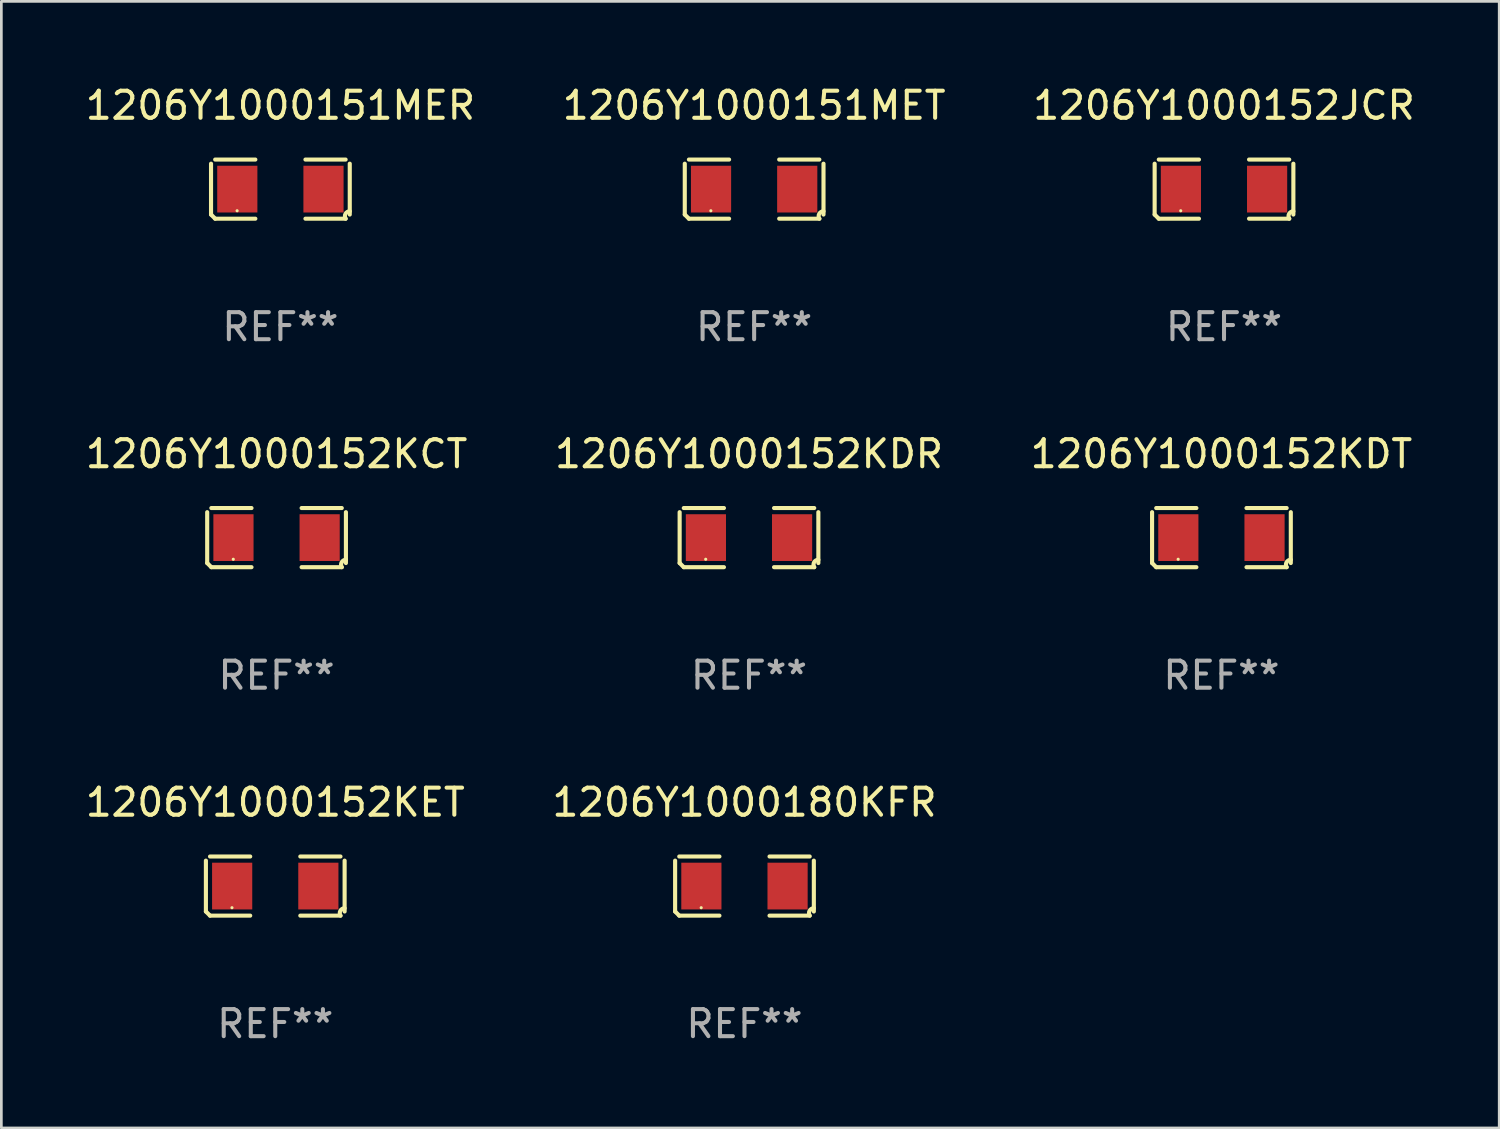
<source format=kicad_pcb>
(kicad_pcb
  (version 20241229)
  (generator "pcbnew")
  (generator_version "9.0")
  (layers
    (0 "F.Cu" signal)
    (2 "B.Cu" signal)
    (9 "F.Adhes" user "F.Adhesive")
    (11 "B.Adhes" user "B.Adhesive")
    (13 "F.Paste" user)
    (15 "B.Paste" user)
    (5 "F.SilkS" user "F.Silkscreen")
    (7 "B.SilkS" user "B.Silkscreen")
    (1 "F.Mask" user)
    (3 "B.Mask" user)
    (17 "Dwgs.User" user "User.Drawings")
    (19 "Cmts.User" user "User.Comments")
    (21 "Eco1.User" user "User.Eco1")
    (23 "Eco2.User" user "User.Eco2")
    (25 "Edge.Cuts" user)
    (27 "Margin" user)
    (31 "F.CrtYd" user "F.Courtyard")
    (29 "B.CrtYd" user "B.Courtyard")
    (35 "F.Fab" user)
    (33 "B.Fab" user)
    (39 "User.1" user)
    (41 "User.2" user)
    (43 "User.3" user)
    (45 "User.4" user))
  (footprint "1206Y1000152KET"
    (layer "F.Cu")
    (at 7.125 29.704)
    (property "Reference" "1206Y1000152KET" (at 0 -3.093 0) (layer "F.SilkS") (effects (font (size 1 1) (thickness 0.15))))
    (attr through_hole)
    (fp_line (start -2.564 0.94) (end -2.564 -0.94) (stroke (width 0.152) (type solid)) (layer "F.SilkS"))
    (fp_line (start -2.411 -1.093) (end -0.926 -1.093) (stroke (width 0.152) (type solid)) (layer "F.SilkS"))
    (fp_line (start -0.926 1.093) (end -2.411 1.093) (stroke (width 0.152) (type solid)) (layer "F.SilkS"))
    (fp_line (start 0.926 1.093) (end 2.411 1.093) (stroke (width 0.152) (type solid)) (layer "F.SilkS"))
    (fp_line (start 2.411 -1.093) (end 0.926 -1.093) (stroke (width 0.152) (type solid)) (layer "F.SilkS"))
    (fp_line (start 2.564 0.94) (end 2.564 -0.94) (stroke (width 0.152) (type solid)) (layer "F.SilkS"))
    (fp_arc (start -2.411201 1.092609) (mid -2.487413 1.01642) (end -2.563602 0.940208) (stroke (width 0.1524) (type solid)) (layer "F.SilkS"))
    (fp_arc (start 2.411201 1.092609) (mid 2.407159 0.911226) (end 2.563602 0.819347) (stroke (width 0.1524) (type solid)) (layer "F.SilkS"))
    (fp_circle (center -1.6 0.8) (end -1.57 0.8) (stroke (width 0.06) (type solid)) (fill no) (layer "F.SilkS"))
    (fp_text user "REF**" (at 0 5.093 0) (layer "F.Fab") (effects (font (size 1 1) (thickness 0.15))))
    (pad "1" smd rect (at -1.593 0) (size 1.485 1.728) (layers "F.Cu" "F.Mask" "F.Paste"))
    (pad "2" smd rect (at 1.593 0) (size 1.485 1.728) (layers "F.Cu" "F.Mask" "F.Paste")))
  (footprint "1206Y1000152KCT"
    (layer "F.Cu")
    (at 7.173 16.823)
    (property "Reference" "1206Y1000152KCT" (at 0 -3.093 0) (layer "F.SilkS") (effects (font (size 1 1) (thickness 0.15))))
    (attr through_hole)
    (fp_line (start -2.564 0.94) (end -2.564 -0.94) (stroke (width 0.152) (type solid)) (layer "F.SilkS"))
    (fp_line (start -2.411 -1.093) (end -0.926 -1.093) (stroke (width 0.152) (type solid)) (layer "F.SilkS"))
    (fp_line (start -0.926 1.093) (end -2.411 1.093) (stroke (width 0.152) (type solid)) (layer "F.SilkS"))
    (fp_line (start 0.926 1.093) (end 2.411 1.093) (stroke (width 0.152) (type solid)) (layer "F.SilkS"))
    (fp_line (start 2.411 -1.093) (end 0.926 -1.093) (stroke (width 0.152) (type solid)) (layer "F.SilkS"))
    (fp_line (start 2.564 0.94) (end 2.564 -0.94) (stroke (width 0.152) (type solid)) (layer "F.SilkS"))
    (fp_arc (start -2.411201 1.092609) (mid -2.487413 1.01642) (end -2.563602 0.940208) (stroke (width 0.1524) (type solid)) (layer "F.SilkS"))
    (fp_arc (start 2.411201 1.092609) (mid 2.407159 0.911226) (end 2.563602 0.819347) (stroke (width 0.1524) (type solid)) (layer "F.SilkS"))
    (fp_circle (center -1.6 0.8) (end -1.57 0.8) (stroke (width 0.06) (type solid)) (fill no) (layer "F.SilkS"))
    (fp_text user "REF**" (at 0 5.093 0) (layer "F.Fab") (effects (font (size 1 1) (thickness 0.15))))
    (pad "1" smd rect (at -1.593 0) (size 1.485 1.728) (layers "F.Cu" "F.Mask" "F.Paste"))
    (pad "2" smd rect (at 1.593 0) (size 1.485 1.728) (layers "F.Cu" "F.Mask" "F.Paste")))
  (footprint "1206Y1000152KDR"
    (layer "F.Cu")
    (at 24.637 16.823)
    (property "Reference" "1206Y1000152KDR" (at 0 -3.093 0) (layer "F.SilkS") (effects (font (size 1 1) (thickness 0.15))))
    (attr through_hole)
    (fp_line (start -2.564 0.94) (end -2.564 -0.94) (stroke (width 0.152) (type solid)) (layer "F.SilkS"))
    (fp_line (start -2.411 -1.093) (end -0.926 -1.093) (stroke (width 0.152) (type solid)) (layer "F.SilkS"))
    (fp_line (start -0.926 1.093) (end -2.411 1.093) (stroke (width 0.152) (type solid)) (layer "F.SilkS"))
    (fp_line (start 0.926 1.093) (end 2.411 1.093) (stroke (width 0.152) (type solid)) (layer "F.SilkS"))
    (fp_line (start 2.411 -1.093) (end 0.926 -1.093) (stroke (width 0.152) (type solid)) (layer "F.SilkS"))
    (fp_line (start 2.564 0.94) (end 2.564 -0.94) (stroke (width 0.152) (type solid)) (layer "F.SilkS"))
    (fp_arc (start -2.411201 1.092609) (mid -2.487413 1.01642) (end -2.563602 0.940208) (stroke (width 0.1524) (type solid)) (layer "F.SilkS"))
    (fp_arc (start 2.411201 1.092609) (mid 2.407159 0.911226) (end 2.563602 0.819347) (stroke (width 0.1524) (type solid)) (layer "F.SilkS"))
    (fp_circle (center -1.6 0.8) (end -1.57 0.8) (stroke (width 0.06) (type solid)) (fill no) (layer "F.SilkS"))
    (fp_text user "REF**" (at 0 5.093 0) (layer "F.Fab") (effects (font (size 1 1) (thickness 0.15))))
    (pad "1" smd rect (at -1.593 0) (size 1.485 1.728) (layers "F.Cu" "F.Mask" "F.Paste"))
    (pad "2" smd rect (at 1.593 0) (size 1.485 1.728) (layers "F.Cu" "F.Mask" "F.Paste")))
  (footprint "1206Y1000151MER"
    (layer "F.Cu")
    (at 7.315 3.941)
    (property "Reference" "1206Y1000151MER" (at 0 -3.093 0) (layer "F.SilkS") (effects (font (size 1 1) (thickness 0.15))))
    (attr through_hole)
    (fp_line (start -2.564 0.94) (end -2.564 -0.94) (stroke (width 0.152) (type solid)) (layer "F.SilkS"))
    (fp_line (start -2.411 -1.093) (end -0.926 -1.093) (stroke (width 0.152) (type solid)) (layer "F.SilkS"))
    (fp_line (start -0.926 1.093) (end -2.411 1.093) (stroke (width 0.152) (type solid)) (layer "F.SilkS"))
    (fp_line (start 0.926 1.093) (end 2.411 1.093) (stroke (width 0.152) (type solid)) (layer "F.SilkS"))
    (fp_line (start 2.411 -1.093) (end 0.926 -1.093) (stroke (width 0.152) (type solid)) (layer "F.SilkS"))
    (fp_line (start 2.564 0.94) (end 2.564 -0.94) (stroke (width 0.152) (type solid)) (layer "F.SilkS"))
    (fp_arc (start -2.411201 1.092609) (mid -2.487413 1.01642) (end -2.563602 0.940208) (stroke (width 0.1524) (type solid)) (layer "F.SilkS"))
    (fp_arc (start 2.411201 1.092609) (mid 2.407159 0.911226) (end 2.563602 0.819347) (stroke (width 0.1524) (type solid)) (layer "F.SilkS"))
    (fp_circle (center -1.6 0.8) (end -1.57 0.8) (stroke (width 0.06) (type solid)) (fill no) (layer "F.SilkS"))
    (fp_text user "REF**" (at 0 5.093 0) (layer "F.Fab") (effects (font (size 1 1) (thickness 0.15))))
    (pad "1" smd rect (at -1.593 0) (size 1.485 1.728) (layers "F.Cu" "F.Mask" "F.Paste"))
    (pad "2" smd rect (at 1.593 0) (size 1.485 1.728) (layers "F.Cu" "F.Mask" "F.Paste")))
  (footprint "1206Y1000180KFR"
    (layer "F.Cu")
    (at 24.47 29.704)
    (property "Reference" "1206Y1000180KFR" (at 0 -3.093 0) (layer "F.SilkS") (effects (font (size 1 1) (thickness 0.15))))
    (attr through_hole)
    (fp_line (start -2.564 0.94) (end -2.564 -0.94) (stroke (width 0.152) (type solid)) (layer "F.SilkS"))
    (fp_line (start -2.411 -1.093) (end -0.926 -1.093) (stroke (width 0.152) (type solid)) (layer "F.SilkS"))
    (fp_line (start -0.926 1.093) (end -2.411 1.093) (stroke (width 0.152) (type solid)) (layer "F.SilkS"))
    (fp_line (start 0.926 1.093) (end 2.411 1.093) (stroke (width 0.152) (type solid)) (layer "F.SilkS"))
    (fp_line (start 2.411 -1.093) (end 0.926 -1.093) (stroke (width 0.152) (type solid)) (layer "F.SilkS"))
    (fp_line (start 2.564 0.94) (end 2.564 -0.94) (stroke (width 0.152) (type solid)) (layer "F.SilkS"))
    (fp_arc (start -2.411201 1.092609) (mid -2.487413 1.01642) (end -2.563602 0.940208) (stroke (width 0.1524) (type solid)) (layer "F.SilkS"))
    (fp_arc (start 2.411201 1.092609) (mid 2.407159 0.911226) (end 2.563602 0.819347) (stroke (width 0.1524) (type solid)) (layer "F.SilkS"))
    (fp_circle (center -1.6 0.8) (end -1.57 0.8) (stroke (width 0.06) (type solid)) (fill no) (layer "F.SilkS"))
    (fp_text user "REF**" (at 0 5.093 0) (layer "F.Fab") (effects (font (size 1 1) (thickness 0.15))))
    (pad "1" smd rect (at -1.593 0) (size 1.485 1.728) (layers "F.Cu" "F.Mask" "F.Paste"))
    (pad "2" smd rect (at 1.593 0) (size 1.485 1.728) (layers "F.Cu" "F.Mask" "F.Paste")))
  (footprint "1206Y1000152KDT"
    (layer "F.Cu")
    (at 42.101 16.823)
    (property "Reference" "1206Y1000152KDT" (at 0 -3.093 0) (layer "F.SilkS") (effects (font (size 1 1) (thickness 0.15))))
    (attr through_hole)
    (fp_line (start -2.564 0.94) (end -2.564 -0.94) (stroke (width 0.152) (type solid)) (layer "F.SilkS"))
    (fp_line (start -2.411 -1.093) (end -0.926 -1.093) (stroke (width 0.152) (type solid)) (layer "F.SilkS"))
    (fp_line (start -0.926 1.093) (end -2.411 1.093) (stroke (width 0.152) (type solid)) (layer "F.SilkS"))
    (fp_line (start 0.926 1.093) (end 2.411 1.093) (stroke (width 0.152) (type solid)) (layer "F.SilkS"))
    (fp_line (start 2.411 -1.093) (end 0.926 -1.093) (stroke (width 0.152) (type solid)) (layer "F.SilkS"))
    (fp_line (start 2.564 0.94) (end 2.564 -0.94) (stroke (width 0.152) (type solid)) (layer "F.SilkS"))
    (fp_arc (start -2.411201 1.092609) (mid -2.487413 1.01642) (end -2.563602 0.940208) (stroke (width 0.1524) (type solid)) (layer "F.SilkS"))
    (fp_arc (start 2.411201 1.092609) (mid 2.407159 0.911226) (end 2.563602 0.819347) (stroke (width 0.1524) (type solid)) (layer "F.SilkS"))
    (fp_circle (center -1.6 0.8) (end -1.57 0.8) (stroke (width 0.06) (type solid)) (fill no) (layer "F.SilkS"))
    (fp_text user "REF**" (at 0 5.093 0) (layer "F.Fab") (effects (font (size 1 1) (thickness 0.15))))
    (pad "1" smd rect (at -1.593 0) (size 1.485 1.728) (layers "F.Cu" "F.Mask" "F.Paste"))
    (pad "2" smd rect (at 1.593 0) (size 1.485 1.728) (layers "F.Cu" "F.Mask" "F.Paste")))
  (footprint "1206Y1000151MET"
    (layer "F.Cu")
    (at 24.827 3.941)
    (property "Reference" "1206Y1000151MET" (at 0 -3.093 0) (layer "F.SilkS") (effects (font (size 1 1) (thickness 0.15))))
    (attr through_hole)
    (fp_line (start -2.564 0.94) (end -2.564 -0.94) (stroke (width 0.152) (type solid)) (layer "F.SilkS"))
    (fp_line (start -2.411 -1.093) (end -0.926 -1.093) (stroke (width 0.152) (type solid)) (layer "F.SilkS"))
    (fp_line (start -0.926 1.093) (end -2.411 1.093) (stroke (width 0.152) (type solid)) (layer "F.SilkS"))
    (fp_line (start 0.926 1.093) (end 2.411 1.093) (stroke (width 0.152) (type solid)) (layer "F.SilkS"))
    (fp_line (start 2.411 -1.093) (end 0.926 -1.093) (stroke (width 0.152) (type solid)) (layer "F.SilkS"))
    (fp_line (start 2.564 0.94) (end 2.564 -0.94) (stroke (width 0.152) (type solid)) (layer "F.SilkS"))
    (fp_arc (start -2.411201 1.092609) (mid -2.487413 1.01642) (end -2.563602 0.940208) (stroke (width 0.1524) (type solid)) (layer "F.SilkS"))
    (fp_arc (start 2.411201 1.092609) (mid 2.407159 0.911226) (end 2.563602 0.819347) (stroke (width 0.1524) (type solid)) (layer "F.SilkS"))
    (fp_circle (center -1.6 0.8) (end -1.57 0.8) (stroke (width 0.06) (type solid)) (fill no) (layer "F.SilkS"))
    (fp_text user "REF**" (at 0 5.093 0) (layer "F.Fab") (effects (font (size 1 1) (thickness 0.15))))
    (pad "1" smd rect (at -1.593 0) (size 1.485 1.728) (layers "F.Cu" "F.Mask" "F.Paste"))
    (pad "2" smd rect (at 1.593 0) (size 1.485 1.728) (layers "F.Cu" "F.Mask" "F.Paste")))
  (footprint "1206Y1000152JCR"
    (layer "F.Cu")
    (at 42.196 3.941)
    (property "Reference" "1206Y1000152JCR" (at 0 -3.093 0) (layer "F.SilkS") (effects (font (size 1 1) (thickness 0.15))))
    (attr through_hole)
    (fp_line (start -2.564 0.94) (end -2.564 -0.94) (stroke (width 0.152) (type solid)) (layer "F.SilkS"))
    (fp_line (start -2.411 -1.093) (end -0.926 -1.093) (stroke (width 0.152) (type solid)) (layer "F.SilkS"))
    (fp_line (start -0.926 1.093) (end -2.411 1.093) (stroke (width 0.152) (type solid)) (layer "F.SilkS"))
    (fp_line (start 0.926 1.093) (end 2.411 1.093) (stroke (width 0.152) (type solid)) (layer "F.SilkS"))
    (fp_line (start 2.411 -1.093) (end 0.926 -1.093) (stroke (width 0.152) (type solid)) (layer "F.SilkS"))
    (fp_line (start 2.564 0.94) (end 2.564 -0.94) (stroke (width 0.152) (type solid)) (layer "F.SilkS"))
    (fp_arc (start -2.411201 1.092609) (mid -2.487413 1.01642) (end -2.563602 0.940208) (stroke (width 0.1524) (type solid)) (layer "F.SilkS"))
    (fp_arc (start 2.411201 1.092609) (mid 2.407159 0.911226) (end 2.563602 0.819347) (stroke (width 0.1524) (type solid)) (layer "F.SilkS"))
    (fp_circle (center -1.6 0.8) (end -1.57 0.8) (stroke (width 0.06) (type solid)) (fill no) (layer "F.SilkS"))
    (fp_text user "REF**" (at 0 5.093 0) (layer "F.Fab") (effects (font (size 1 1) (thickness 0.15))))
    (pad "1" smd rect (at -1.593 0) (size 1.485 1.728) (layers "F.Cu" "F.Mask" "F.Paste"))
    (pad "2" smd rect (at 1.593 0) (size 1.485 1.728) (layers "F.Cu" "F.Mask" "F.Paste")))
  (gr_rect
    (start -3 -3)
    (end 52.369 38.645)
    (stroke (width 0.1) (type default))
    (fill no)
    (layer "Edge.Cuts")))
</source>
